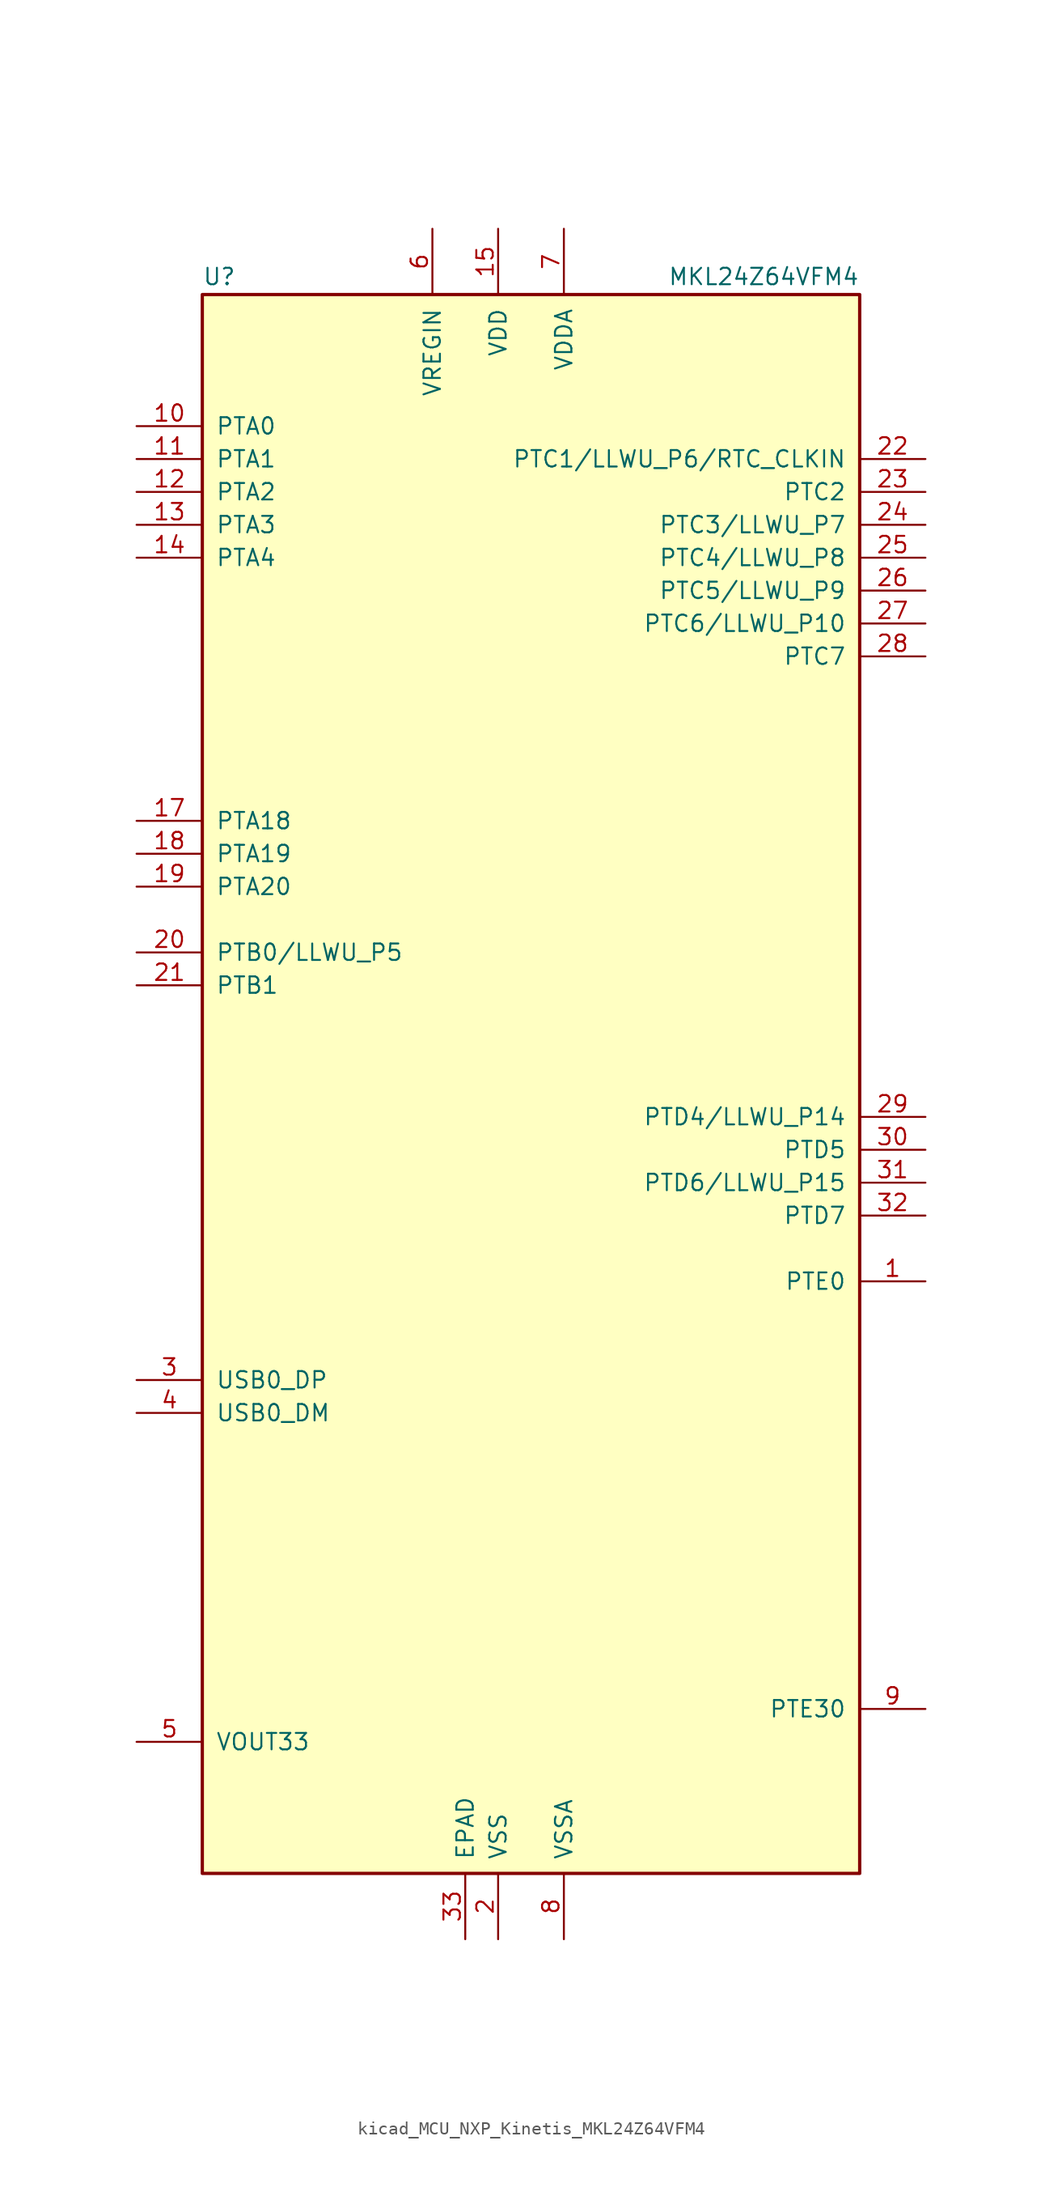
<source format=kicad_sym>
(kicad_symbol_lib
  (version 20220914)
  (generator kicad_symbol_editor)
  (symbol "kicad_MCU_NXP_Kinetis_MKL24Z64VFM4"
    (pin_names
      (offset 1.016))
    (property "Reference" "U"
      (at -25.4 61.595 0)
      (effects (font (size 1.27 1.27)) (justify left bottom)))
    (property "Value" "MKL24Z64VFM4"
      (at 25.4 61.595 0)
      (effects (font (size 1.27 1.27)) (justify right bottom)))
    (symbol "kicad_MCU_NXP_Kinetis_MKL24Z64VFM4_0_1"
      (rectangle (start -25.4 60.96) (end 25.4 -60.96) (stroke (width 0.254) (type default)) (fill (type background))))
    (symbol "kicad_MCU_NXP_Kinetis_MKL24Z64VFM4_1_1"
      (pin bidirectional line (at 30.48 -15.24 180) (length 5.08) (name "PTE0" (effects (font (size 1.27 1.27)))) (number "1" (effects (font (size 1.27 1.27)))))
      (pin bidirectional line (at -30.48 50.8 0) (length 5.08) (name "PTA0" (effects (font (size 1.27 1.27)))) (number "10" (effects (font (size 1.27 1.27)))))
      (pin bidirectional line (at -30.48 48.26 0) (length 5.08) (name "PTA1" (effects (font (size 1.27 1.27)))) (number "11" (effects (font (size 1.27 1.27)))))
      (pin bidirectional line (at -30.48 45.72 0) (length 5.08) (name "PTA2" (effects (font (size 1.27 1.27)))) (number "12" (effects (font (size 1.27 1.27)))))
      (pin bidirectional line (at -30.48 43.18 0) (length 5.08) (name "PTA3" (effects (font (size 1.27 1.27)))) (number "13" (effects (font (size 1.27 1.27)))))
      (pin bidirectional line (at -30.48 40.64 0) (length 5.08) (name "PTA4" (effects (font (size 1.27 1.27)))) (number "14" (effects (font (size 1.27 1.27)))))
      (pin power_in line (at -2.54 66.04 270) (length 5.08) (name "VDD" (effects (font (size 1.27 1.27)))) (number "15" (effects (font (size 1.27 1.27)))))
      (pin passive line (at -2.54 -66.04 90) (length 5.08) hide (name "VSS" (effects (font (size 1.27 1.27)))) (number "16" (effects (font (size 1.27 1.27)))))
      (pin bidirectional line (at -30.48 20.32 0) (length 5.08) (name "PTA18" (effects (font (size 1.27 1.27)))) (number "17" (effects (font (size 1.27 1.27)))))
      (pin bidirectional line (at -30.48 17.78 0) (length 5.08) (name "PTA19" (effects (font (size 1.27 1.27)))) (number "18" (effects (font (size 1.27 1.27)))))
      (pin bidirectional line (at -30.48 15.24 0) (length 5.08) (name "PTA20" (effects (font (size 1.27 1.27)))) (number "19" (effects (font (size 1.27 1.27)))))
      (pin power_in line (at -2.54 -66.04 90) (length 5.08) (name "VSS" (effects (font (size 1.27 1.27)))) (number "2" (effects (font (size 1.27 1.27)))))
      (pin bidirectional line (at -30.48 10.16 0) (length 5.08) (name "PTB0/LLWU_P5" (effects (font (size 1.27 1.27)))) (number "20" (effects (font (size 1.27 1.27)))))
      (pin bidirectional line (at -30.48 7.62 0) (length 5.08) (name "PTB1" (effects (font (size 1.27 1.27)))) (number "21" (effects (font (size 1.27 1.27)))))
      (pin bidirectional line (at 30.48 48.26 180) (length 5.08) (name "PTC1/LLWU_P6/RTC_CLKIN" (effects (font (size 1.27 1.27)))) (number "22" (effects (font (size 1.27 1.27)))))
      (pin bidirectional line (at 30.48 45.72 180) (length 5.08) (name "PTC2" (effects (font (size 1.27 1.27)))) (number "23" (effects (font (size 1.27 1.27)))))
      (pin bidirectional line (at 30.48 43.18 180) (length 5.08) (name "PTC3/LLWU_P7" (effects (font (size 1.27 1.27)))) (number "24" (effects (font (size 1.27 1.27)))))
      (pin bidirectional line (at 30.48 40.64 180) (length 5.08) (name "PTC4/LLWU_P8" (effects (font (size 1.27 1.27)))) (number "25" (effects (font (size 1.27 1.27)))))
      (pin bidirectional line (at 30.48 38.1 180) (length 5.08) (name "PTC5/LLWU_P9" (effects (font (size 1.27 1.27)))) (number "26" (effects (font (size 1.27 1.27)))))
      (pin bidirectional line (at 30.48 35.56 180) (length 5.08) (name "PTC6/LLWU_P10" (effects (font (size 1.27 1.27)))) (number "27" (effects (font (size 1.27 1.27)))))
      (pin bidirectional line (at 30.48 33.02 180) (length 5.08) (name "PTC7" (effects (font (size 1.27 1.27)))) (number "28" (effects (font (size 1.27 1.27)))))
      (pin bidirectional line (at 30.48 -2.54 180) (length 5.08) (name "PTD4/LLWU_P14" (effects (font (size 1.27 1.27)))) (number "29" (effects (font (size 1.27 1.27)))))
      (pin bidirectional line (at -30.48 -22.86 0) (length 5.08) (name "USB0_DP" (effects (font (size 1.27 1.27)))) (number "3" (effects (font (size 1.27 1.27)))))
      (pin bidirectional line (at 30.48 -5.08 180) (length 5.08) (name "PTD5" (effects (font (size 1.27 1.27)))) (number "30" (effects (font (size 1.27 1.27)))))
      (pin bidirectional line (at 30.48 -7.62 180) (length 5.08) (name "PTD6/LLWU_P15" (effects (font (size 1.27 1.27)))) (number "31" (effects (font (size 1.27 1.27)))))
      (pin bidirectional line (at 30.48 -10.16 180) (length 5.08) (name "PTD7" (effects (font (size 1.27 1.27)))) (number "32" (effects (font (size 1.27 1.27)))))
      (pin power_in line (at -5.08 -66.04 90) (length 5.08) (name "EPAD" (effects (font (size 1.27 1.27)))) (number "33" (effects (font (size 1.27 1.27)))))
      (pin bidirectional line (at -30.48 -25.4 0) (length 5.08) (name "USB0_DM" (effects (font (size 1.27 1.27)))) (number "4" (effects (font (size 1.27 1.27)))))
      (pin power_out line (at -30.48 -50.8 0) (length 5.08) (name "VOUT33" (effects (font (size 1.27 1.27)))) (number "5" (effects (font (size 1.27 1.27)))))
      (pin power_in line (at -7.62 66.04 270) (length 5.08) (name "VREGIN" (effects (font (size 1.27 1.27)))) (number "6" (effects (font (size 1.27 1.27)))))
      (pin power_in line (at 2.54 66.04 270) (length 5.08) (name "VDDA" (effects (font (size 1.27 1.27)))) (number "7" (effects (font (size 1.27 1.27)))))
      (pin power_in line (at 2.54 -66.04 90) (length 5.08) (name "VSSA" (effects (font (size 1.27 1.27)))) (number "8" (effects (font (size 1.27 1.27)))))
      (pin bidirectional line (at 30.48 -48.26 180) (length 5.08) (name "PTE30" (effects (font (size 1.27 1.27)))) (number "9" (effects (font (size 1.27 1.27))))))))
</source>
